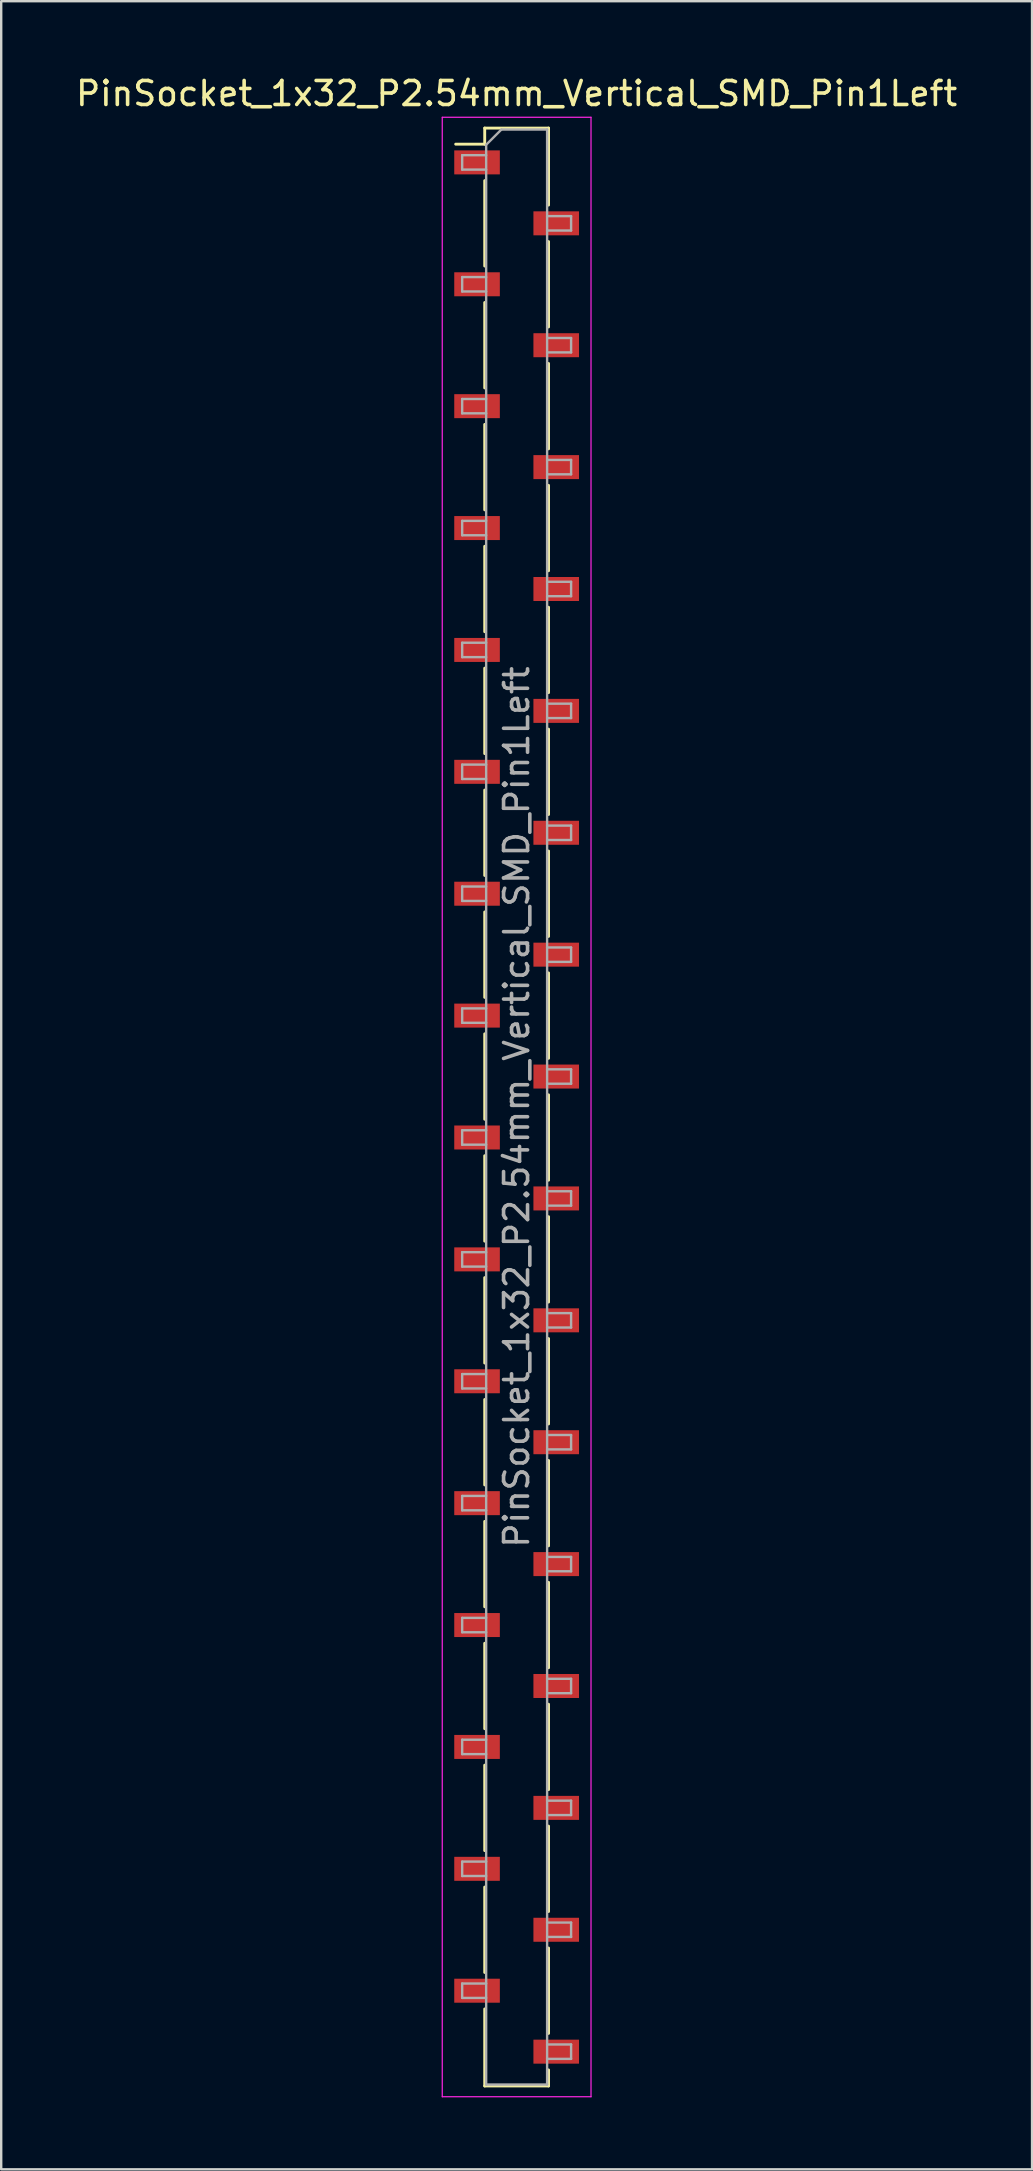
<source format=kicad_pcb>
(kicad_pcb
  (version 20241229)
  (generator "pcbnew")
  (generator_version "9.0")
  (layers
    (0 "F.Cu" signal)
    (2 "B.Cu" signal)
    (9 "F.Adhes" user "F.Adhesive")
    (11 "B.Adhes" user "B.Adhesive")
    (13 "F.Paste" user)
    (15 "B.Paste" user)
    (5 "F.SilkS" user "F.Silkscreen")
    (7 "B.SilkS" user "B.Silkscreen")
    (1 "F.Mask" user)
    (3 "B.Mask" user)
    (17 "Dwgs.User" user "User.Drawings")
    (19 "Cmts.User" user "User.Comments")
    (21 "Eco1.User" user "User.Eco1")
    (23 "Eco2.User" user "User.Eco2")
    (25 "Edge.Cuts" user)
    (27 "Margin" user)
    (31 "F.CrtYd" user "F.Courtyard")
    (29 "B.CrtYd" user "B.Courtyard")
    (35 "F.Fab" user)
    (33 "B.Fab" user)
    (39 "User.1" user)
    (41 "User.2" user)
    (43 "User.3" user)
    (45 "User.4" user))
  (footprint "PinSocket_1x32_P2.54mm_Vertical_SMD_Pin1Left"
    (layer "F.Cu")
    (at 18.482 43.088)
    (property "Reference" "PinSocket_1x32_P2.54mm_Vertical_SMD_Pin1Left" (at 0 -42.24 0) (layer "F.SilkS") (effects (font (size 1 1) (thickness 0.15))))
    (attr smd)
    (fp_line (start -2.54 -40.13) (end -1.33 -40.13) (stroke (width 0.12) (type solid)) (layer "F.SilkS"))
    (fp_line (start -1.33 -40.8) (end -1.33 -40.13) (stroke (width 0.12) (type solid)) (layer "F.SilkS"))
    (fp_line (start -1.33 -40.8) (end 1.33 -40.8) (stroke (width 0.12) (type solid)) (layer "F.SilkS"))
    (fp_line (start -1.33 -38.61) (end -1.33 -35.05) (stroke (width 0.12) (type solid)) (layer "F.SilkS"))
    (fp_line (start -1.33 -33.53) (end -1.33 -29.97) (stroke (width 0.12) (type solid)) (layer "F.SilkS"))
    (fp_line (start -1.33 -28.45) (end -1.33 -24.89) (stroke (width 0.12) (type solid)) (layer "F.SilkS"))
    (fp_line (start -1.33 -23.37) (end -1.33 -19.81) (stroke (width 0.12) (type solid)) (layer "F.SilkS"))
    (fp_line (start -1.33 -18.29) (end -1.33 -14.73) (stroke (width 0.12) (type solid)) (layer "F.SilkS"))
    (fp_line (start -1.33 -13.21) (end -1.33 -9.65) (stroke (width 0.12) (type solid)) (layer "F.SilkS"))
    (fp_line (start -1.33 -8.13) (end -1.33 -4.57) (stroke (width 0.12) (type solid)) (layer "F.SilkS"))
    (fp_line (start -1.33 -3.05) (end -1.33 0.51) (stroke (width 0.12) (type solid)) (layer "F.SilkS"))
    (fp_line (start -1.33 2.03) (end -1.33 5.59) (stroke (width 0.12) (type solid)) (layer "F.SilkS"))
    (fp_line (start -1.33 7.11) (end -1.33 10.67) (stroke (width 0.12) (type solid)) (layer "F.SilkS"))
    (fp_line (start -1.33 12.19) (end -1.33 15.75) (stroke (width 0.12) (type solid)) (layer "F.SilkS"))
    (fp_line (start -1.33 17.27) (end -1.33 20.83) (stroke (width 0.12) (type solid)) (layer "F.SilkS"))
    (fp_line (start -1.33 22.35) (end -1.33 25.91) (stroke (width 0.12) (type solid)) (layer "F.SilkS"))
    (fp_line (start -1.33 27.43) (end -1.33 30.99) (stroke (width 0.12) (type solid)) (layer "F.SilkS"))
    (fp_line (start -1.33 32.51) (end -1.33 36.07) (stroke (width 0.12) (type solid)) (layer "F.SilkS"))
    (fp_line (start -1.33 37.59) (end -1.33 40.8) (stroke (width 0.12) (type solid)) (layer "F.SilkS"))
    (fp_line (start -1.33 40.8) (end 1.33 40.8) (stroke (width 0.12) (type solid)) (layer "F.SilkS"))
    (fp_line (start 1.33 -40.8) (end 1.33 -37.59) (stroke (width 0.12) (type solid)) (layer "F.SilkS"))
    (fp_line (start 1.33 -36.07) (end 1.33 -32.51) (stroke (width 0.12) (type solid)) (layer "F.SilkS"))
    (fp_line (start 1.33 -30.99) (end 1.33 -27.43) (stroke (width 0.12) (type solid)) (layer "F.SilkS"))
    (fp_line (start 1.33 -25.91) (end 1.33 -22.35) (stroke (width 0.12) (type solid)) (layer "F.SilkS"))
    (fp_line (start 1.33 -20.83) (end 1.33 -17.27) (stroke (width 0.12) (type solid)) (layer "F.SilkS"))
    (fp_line (start 1.33 -15.75) (end 1.33 -12.19) (stroke (width 0.12) (type solid)) (layer "F.SilkS"))
    (fp_line (start 1.33 -10.67) (end 1.33 -7.11) (stroke (width 0.12) (type solid)) (layer "F.SilkS"))
    (fp_line (start 1.33 -5.59) (end 1.33 -2.03) (stroke (width 0.12) (type solid)) (layer "F.SilkS"))
    (fp_line (start 1.33 -0.51) (end 1.33 3.05) (stroke (width 0.12) (type solid)) (layer "F.SilkS"))
    (fp_line (start 1.33 4.57) (end 1.33 8.13) (stroke (width 0.12) (type solid)) (layer "F.SilkS"))
    (fp_line (start 1.33 9.65) (end 1.33 13.21) (stroke (width 0.12) (type solid)) (layer "F.SilkS"))
    (fp_line (start 1.33 14.73) (end 1.33 18.29) (stroke (width 0.12) (type solid)) (layer "F.SilkS"))
    (fp_line (start 1.33 19.81) (end 1.33 23.37) (stroke (width 0.12) (type solid)) (layer "F.SilkS"))
    (fp_line (start 1.33 24.89) (end 1.33 28.45) (stroke (width 0.12) (type solid)) (layer "F.SilkS"))
    (fp_line (start 1.33 29.97) (end 1.33 33.53) (stroke (width 0.12) (type solid)) (layer "F.SilkS"))
    (fp_line (start 1.33 35.05) (end 1.33 38.61) (stroke (width 0.12) (type solid)) (layer "F.SilkS"))
    (fp_line (start 1.33 40.13) (end 1.33 40.8) (stroke (width 0.12) (type solid)) (layer "F.SilkS"))
    (fp_line (start -3.1 -41.25) (end 3.1 -41.25) (stroke (width 0.05) (type solid)) (layer "F.CrtYd"))
    (fp_line (start -3.1 41.25) (end -3.1 -41.25) (stroke (width 0.05) (type solid)) (layer "F.CrtYd"))
    (fp_line (start 3.1 -41.25) (end 3.1 41.25) (stroke (width 0.05) (type solid)) (layer "F.CrtYd"))
    (fp_line (start 3.1 41.25) (end -3.1 41.25) (stroke (width 0.05) (type solid)) (layer "F.CrtYd"))
    (fp_line (start -2.27 -39.67) (end -1.27 -39.67) (stroke (width 0.1) (type solid)) (layer "F.Fab"))
    (fp_line (start -2.27 -39.07) (end -2.27 -39.67) (stroke (width 0.1) (type solid)) (layer "F.Fab"))
    (fp_line (start -2.27 -34.59) (end -1.27 -34.59) (stroke (width 0.1) (type solid)) (layer "F.Fab"))
    (fp_line (start -2.27 -33.99) (end -2.27 -34.59) (stroke (width 0.1) (type solid)) (layer "F.Fab"))
    (fp_line (start -2.27 -29.51) (end -1.27 -29.51) (stroke (width 0.1) (type solid)) (layer "F.Fab"))
    (fp_line (start -2.27 -28.91) (end -2.27 -29.51) (stroke (width 0.1) (type solid)) (layer "F.Fab"))
    (fp_line (start -2.27 -24.43) (end -1.27 -24.43) (stroke (width 0.1) (type solid)) (layer "F.Fab"))
    (fp_line (start -2.27 -23.83) (end -2.27 -24.43) (stroke (width 0.1) (type solid)) (layer "F.Fab"))
    (fp_line (start -2.27 -19.35) (end -1.27 -19.35) (stroke (width 0.1) (type solid)) (layer "F.Fab"))
    (fp_line (start -2.27 -18.75) (end -2.27 -19.35) (stroke (width 0.1) (type solid)) (layer "F.Fab"))
    (fp_line (start -2.27 -14.27) (end -1.27 -14.27) (stroke (width 0.1) (type solid)) (layer "F.Fab"))
    (fp_line (start -2.27 -13.67) (end -2.27 -14.27) (stroke (width 0.1) (type solid)) (layer "F.Fab"))
    (fp_line (start -2.27 -9.19) (end -1.27 -9.19) (stroke (width 0.1) (type solid)) (layer "F.Fab"))
    (fp_line (start -2.27 -8.59) (end -2.27 -9.19) (stroke (width 0.1) (type solid)) (layer "F.Fab"))
    (fp_line (start -2.27 -4.11) (end -1.27 -4.11) (stroke (width 0.1) (type solid)) (layer "F.Fab"))
    (fp_line (start -2.27 -3.51) (end -2.27 -4.11) (stroke (width 0.1) (type solid)) (layer "F.Fab"))
    (fp_line (start -2.27 0.97) (end -1.27 0.97) (stroke (width 0.1) (type solid)) (layer "F.Fab"))
    (fp_line (start -2.27 1.57) (end -2.27 0.97) (stroke (width 0.1) (type solid)) (layer "F.Fab"))
    (fp_line (start -2.27 6.05) (end -1.27 6.05) (stroke (width 0.1) (type solid)) (layer "F.Fab"))
    (fp_line (start -2.27 6.65) (end -2.27 6.05) (stroke (width 0.1) (type solid)) (layer "F.Fab"))
    (fp_line (start -2.27 11.13) (end -1.27 11.13) (stroke (width 0.1) (type solid)) (layer "F.Fab"))
    (fp_line (start -2.27 11.73) (end -2.27 11.13) (stroke (width 0.1) (type solid)) (layer "F.Fab"))
    (fp_line (start -2.27 16.21) (end -1.27 16.21) (stroke (width 0.1) (type solid)) (layer "F.Fab"))
    (fp_line (start -2.27 16.81) (end -2.27 16.21) (stroke (width 0.1) (type solid)) (layer "F.Fab"))
    (fp_line (start -2.27 21.29) (end -1.27 21.29) (stroke (width 0.1) (type solid)) (layer "F.Fab"))
    (fp_line (start -2.27 21.89) (end -2.27 21.29) (stroke (width 0.1) (type solid)) (layer "F.Fab"))
    (fp_line (start -2.27 26.37) (end -1.27 26.37) (stroke (width 0.1) (type solid)) (layer "F.Fab"))
    (fp_line (start -2.27 26.97) (end -2.27 26.37) (stroke (width 0.1) (type solid)) (layer "F.Fab"))
    (fp_line (start -2.27 31.45) (end -1.27 31.45) (stroke (width 0.1) (type solid)) (layer "F.Fab"))
    (fp_line (start -2.27 32.05) (end -2.27 31.45) (stroke (width 0.1) (type solid)) (layer "F.Fab"))
    (fp_line (start -2.27 36.53) (end -1.27 36.53) (stroke (width 0.1) (type solid)) (layer "F.Fab"))
    (fp_line (start -2.27 37.13) (end -2.27 36.53) (stroke (width 0.1) (type solid)) (layer "F.Fab"))
    (fp_line (start -1.27 -40.105) (end -0.635 -40.74) (stroke (width 0.1) (type solid)) (layer "F.Fab"))
    (fp_line (start -1.27 -39.07) (end -2.27 -39.07) (stroke (width 0.1) (type solid)) (layer "F.Fab"))
    (fp_line (start -1.27 -33.99) (end -2.27 -33.99) (stroke (width 0.1) (type solid)) (layer "F.Fab"))
    (fp_line (start -1.27 -28.91) (end -2.27 -28.91) (stroke (width 0.1) (type solid)) (layer "F.Fab"))
    (fp_line (start -1.27 -23.83) (end -2.27 -23.83) (stroke (width 0.1) (type solid)) (layer "F.Fab"))
    (fp_line (start -1.27 -18.75) (end -2.27 -18.75) (stroke (width 0.1) (type solid)) (layer "F.Fab"))
    (fp_line (start -1.27 -13.67) (end -2.27 -13.67) (stroke (width 0.1) (type solid)) (layer "F.Fab"))
    (fp_line (start -1.27 -8.59) (end -2.27 -8.59) (stroke (width 0.1) (type solid)) (layer "F.Fab"))
    (fp_line (start -1.27 -3.51) (end -2.27 -3.51) (stroke (width 0.1) (type solid)) (layer "F.Fab"))
    (fp_line (start -1.27 1.57) (end -2.27 1.57) (stroke (width 0.1) (type solid)) (layer "F.Fab"))
    (fp_line (start -1.27 6.65) (end -2.27 6.65) (stroke (width 0.1) (type solid)) (layer "F.Fab"))
    (fp_line (start -1.27 11.73) (end -2.27 11.73) (stroke (width 0.1) (type solid)) (layer "F.Fab"))
    (fp_line (start -1.27 16.81) (end -2.27 16.81) (stroke (width 0.1) (type solid)) (layer "F.Fab"))
    (fp_line (start -1.27 21.89) (end -2.27 21.89) (stroke (width 0.1) (type solid)) (layer "F.Fab"))
    (fp_line (start -1.27 26.97) (end -2.27 26.97) (stroke (width 0.1) (type solid)) (layer "F.Fab"))
    (fp_line (start -1.27 32.05) (end -2.27 32.05) (stroke (width 0.1) (type solid)) (layer "F.Fab"))
    (fp_line (start -1.27 37.13) (end -2.27 37.13) (stroke (width 0.1) (type solid)) (layer "F.Fab"))
    (fp_line (start -1.27 40.74) (end -1.27 -40.105) (stroke (width 0.1) (type solid)) (layer "F.Fab"))
    (fp_line (start -0.635 -40.74) (end 1.27 -40.74) (stroke (width 0.1) (type solid)) (layer "F.Fab"))
    (fp_line (start 1.27 -40.74) (end 1.27 40.74) (stroke (width 0.1) (type solid)) (layer "F.Fab"))
    (fp_line (start 1.27 -37.13) (end 2.27 -37.13) (stroke (width 0.1) (type solid)) (layer "F.Fab"))
    (fp_line (start 1.27 -32.05) (end 2.27 -32.05) (stroke (width 0.1) (type solid)) (layer "F.Fab"))
    (fp_line (start 1.27 -26.97) (end 2.27 -26.97) (stroke (width 0.1) (type solid)) (layer "F.Fab"))
    (fp_line (start 1.27 -21.89) (end 2.27 -21.89) (stroke (width 0.1) (type solid)) (layer "F.Fab"))
    (fp_line (start 1.27 -16.81) (end 2.27 -16.81) (stroke (width 0.1) (type solid)) (layer "F.Fab"))
    (fp_line (start 1.27 -11.73) (end 2.27 -11.73) (stroke (width 0.1) (type solid)) (layer "F.Fab"))
    (fp_line (start 1.27 -6.65) (end 2.27 -6.65) (stroke (width 0.1) (type solid)) (layer "F.Fab"))
    (fp_line (start 1.27 -1.57) (end 2.27 -1.57) (stroke (width 0.1) (type solid)) (layer "F.Fab"))
    (fp_line (start 1.27 3.51) (end 2.27 3.51) (stroke (width 0.1) (type solid)) (layer "F.Fab"))
    (fp_line (start 1.27 8.59) (end 2.27 8.59) (stroke (width 0.1) (type solid)) (layer "F.Fab"))
    (fp_line (start 1.27 13.67) (end 2.27 13.67) (stroke (width 0.1) (type solid)) (layer "F.Fab"))
    (fp_line (start 1.27 18.75) (end 2.27 18.75) (stroke (width 0.1) (type solid)) (layer "F.Fab"))
    (fp_line (start 1.27 23.83) (end 2.27 23.83) (stroke (width 0.1) (type solid)) (layer "F.Fab"))
    (fp_line (start 1.27 28.91) (end 2.27 28.91) (stroke (width 0.1) (type solid)) (layer "F.Fab"))
    (fp_line (start 1.27 33.99) (end 2.27 33.99) (stroke (width 0.1) (type solid)) (layer "F.Fab"))
    (fp_line (start 1.27 39.07) (end 2.27 39.07) (stroke (width 0.1) (type solid)) (layer "F.Fab"))
    (fp_line (start 1.27 40.74) (end -1.27 40.74) (stroke (width 0.1) (type solid)) (layer "F.Fab"))
    (fp_line (start 2.27 -37.13) (end 2.27 -36.53) (stroke (width 0.1) (type solid)) (layer "F.Fab"))
    (fp_line (start 2.27 -36.53) (end 1.27 -36.53) (stroke (width 0.1) (type solid)) (layer "F.Fab"))
    (fp_line (start 2.27 -32.05) (end 2.27 -31.45) (stroke (width 0.1) (type solid)) (layer "F.Fab"))
    (fp_line (start 2.27 -31.45) (end 1.27 -31.45) (stroke (width 0.1) (type solid)) (layer "F.Fab"))
    (fp_line (start 2.27 -26.97) (end 2.27 -26.37) (stroke (width 0.1) (type solid)) (layer "F.Fab"))
    (fp_line (start 2.27 -26.37) (end 1.27 -26.37) (stroke (width 0.1) (type solid)) (layer "F.Fab"))
    (fp_line (start 2.27 -21.89) (end 2.27 -21.29) (stroke (width 0.1) (type solid)) (layer "F.Fab"))
    (fp_line (start 2.27 -21.29) (end 1.27 -21.29) (stroke (width 0.1) (type solid)) (layer "F.Fab"))
    (fp_line (start 2.27 -16.81) (end 2.27 -16.21) (stroke (width 0.1) (type solid)) (layer "F.Fab"))
    (fp_line (start 2.27 -16.21) (end 1.27 -16.21) (stroke (width 0.1) (type solid)) (layer "F.Fab"))
    (fp_line (start 2.27 -11.73) (end 2.27 -11.13) (stroke (width 0.1) (type solid)) (layer "F.Fab"))
    (fp_line (start 2.27 -11.13) (end 1.27 -11.13) (stroke (width 0.1) (type solid)) (layer "F.Fab"))
    (fp_line (start 2.27 -6.65) (end 2.27 -6.05) (stroke (width 0.1) (type solid)) (layer "F.Fab"))
    (fp_line (start 2.27 -6.05) (end 1.27 -6.05) (stroke (width 0.1) (type solid)) (layer "F.Fab"))
    (fp_line (start 2.27 -1.57) (end 2.27 -0.97) (stroke (width 0.1) (type solid)) (layer "F.Fab"))
    (fp_line (start 2.27 -0.97) (end 1.27 -0.97) (stroke (width 0.1) (type solid)) (layer "F.Fab"))
    (fp_line (start 2.27 3.51) (end 2.27 4.11) (stroke (width 0.1) (type solid)) (layer "F.Fab"))
    (fp_line (start 2.27 4.11) (end 1.27 4.11) (stroke (width 0.1) (type solid)) (layer "F.Fab"))
    (fp_line (start 2.27 8.59) (end 2.27 9.19) (stroke (width 0.1) (type solid)) (layer "F.Fab"))
    (fp_line (start 2.27 9.19) (end 1.27 9.19) (stroke (width 0.1) (type solid)) (layer "F.Fab"))
    (fp_line (start 2.27 13.67) (end 2.27 14.27) (stroke (width 0.1) (type solid)) (layer "F.Fab"))
    (fp_line (start 2.27 14.27) (end 1.27 14.27) (stroke (width 0.1) (type solid)) (layer "F.Fab"))
    (fp_line (start 2.27 18.75) (end 2.27 19.35) (stroke (width 0.1) (type solid)) (layer "F.Fab"))
    (fp_line (start 2.27 19.35) (end 1.27 19.35) (stroke (width 0.1) (type solid)) (layer "F.Fab"))
    (fp_line (start 2.27 23.83) (end 2.27 24.43) (stroke (width 0.1) (type solid)) (layer "F.Fab"))
    (fp_line (start 2.27 24.43) (end 1.27 24.43) (stroke (width 0.1) (type solid)) (layer "F.Fab"))
    (fp_line (start 2.27 28.91) (end 2.27 29.51) (stroke (width 0.1) (type solid)) (layer "F.Fab"))
    (fp_line (start 2.27 29.51) (end 1.27 29.51) (stroke (width 0.1) (type solid)) (layer "F.Fab"))
    (fp_line (start 2.27 33.99) (end 2.27 34.59) (stroke (width 0.1) (type solid)) (layer "F.Fab"))
    (fp_line (start 2.27 34.59) (end 1.27 34.59) (stroke (width 0.1) (type solid)) (layer "F.Fab"))
    (fp_line (start 2.27 39.07) (end 2.27 39.67) (stroke (width 0.1) (type solid)) (layer "F.Fab"))
    (fp_line (start 2.27 39.67) (end 1.27 39.67) (stroke (width 0.1) (type solid)) (layer "F.Fab"))
    (fp_text user "${REFERENCE}" (at 0 0 90) (layer "F.Fab") (effects (font (size 1 1) (thickness 0.15))))
    (pad "1" smd rect (at -1.65 -39.37) (size 1.9 1) (layers "F.Cu" "F.Mask" "F.Paste"))
    (pad "2" smd rect (at 1.65 -36.83) (size 1.9 1) (layers "F.Cu" "F.Mask" "F.Paste"))
    (pad "3" smd rect (at -1.65 -34.29) (size 1.9 1) (layers "F.Cu" "F.Mask" "F.Paste"))
    (pad "4" smd rect (at 1.65 -31.75) (size 1.9 1) (layers "F.Cu" "F.Mask" "F.Paste"))
    (pad "5" smd rect (at -1.65 -29.21) (size 1.9 1) (layers "F.Cu" "F.Mask" "F.Paste"))
    (pad "6" smd rect (at 1.65 -26.67) (size 1.9 1) (layers "F.Cu" "F.Mask" "F.Paste"))
    (pad "7" smd rect (at -1.65 -24.13) (size 1.9 1) (layers "F.Cu" "F.Mask" "F.Paste"))
    (pad "8" smd rect (at 1.65 -21.59) (size 1.9 1) (layers "F.Cu" "F.Mask" "F.Paste"))
    (pad "9" smd rect (at -1.65 -19.05) (size 1.9 1) (layers "F.Cu" "F.Mask" "F.Paste"))
    (pad "10" smd rect (at 1.65 -16.51) (size 1.9 1) (layers "F.Cu" "F.Mask" "F.Paste"))
    (pad "11" smd rect (at -1.65 -13.97) (size 1.9 1) (layers "F.Cu" "F.Mask" "F.Paste"))
    (pad "12" smd rect (at 1.65 -11.43) (size 1.9 1) (layers "F.Cu" "F.Mask" "F.Paste"))
    (pad "13" smd rect (at -1.65 -8.89) (size 1.9 1) (layers "F.Cu" "F.Mask" "F.Paste"))
    (pad "14" smd rect (at 1.65 -6.35) (size 1.9 1) (layers "F.Cu" "F.Mask" "F.Paste"))
    (pad "15" smd rect (at -1.65 -3.81) (size 1.9 1) (layers "F.Cu" "F.Mask" "F.Paste"))
    (pad "16" smd rect (at 1.65 -1.27) (size 1.9 1) (layers "F.Cu" "F.Mask" "F.Paste"))
    (pad "17" smd rect (at -1.65 1.27) (size 1.9 1) (layers "F.Cu" "F.Mask" "F.Paste"))
    (pad "18" smd rect (at 1.65 3.81) (size 1.9 1) (layers "F.Cu" "F.Mask" "F.Paste"))
    (pad "19" smd rect (at -1.65 6.35) (size 1.9 1) (layers "F.Cu" "F.Mask" "F.Paste"))
    (pad "20" smd rect (at 1.65 8.89) (size 1.9 1) (layers "F.Cu" "F.Mask" "F.Paste"))
    (pad "21" smd rect (at -1.65 11.43) (size 1.9 1) (layers "F.Cu" "F.Mask" "F.Paste"))
    (pad "22" smd rect (at 1.65 13.97) (size 1.9 1) (layers "F.Cu" "F.Mask" "F.Paste"))
    (pad "23" smd rect (at -1.65 16.51) (size 1.9 1) (layers "F.Cu" "F.Mask" "F.Paste"))
    (pad "24" smd rect (at 1.65 19.05) (size 1.9 1) (layers "F.Cu" "F.Mask" "F.Paste"))
    (pad "25" smd rect (at -1.65 21.59) (size 1.9 1) (layers "F.Cu" "F.Mask" "F.Paste"))
    (pad "26" smd rect (at 1.65 24.13) (size 1.9 1) (layers "F.Cu" "F.Mask" "F.Paste"))
    (pad "27" smd rect (at -1.65 26.67) (size 1.9 1) (layers "F.Cu" "F.Mask" "F.Paste"))
    (pad "28" smd rect (at 1.65 29.21) (size 1.9 1) (layers "F.Cu" "F.Mask" "F.Paste"))
    (pad "29" smd rect (at -1.65 31.75) (size 1.9 1) (layers "F.Cu" "F.Mask" "F.Paste"))
    (pad "30" smd rect (at 1.65 34.29) (size 1.9 1) (layers "F.Cu" "F.Mask" "F.Paste"))
    (pad "31" smd rect (at -1.65 36.83) (size 1.9 1) (layers "F.Cu" "F.Mask" "F.Paste"))
    (pad "32" smd rect (at 1.65 39.37) (size 1.9 1) (layers "F.Cu" "F.Mask" "F.Paste")))
  (gr_rect
    (start -3 -3)
    (end 39.964 87.363)
    (stroke (width 0.1) (type default))
    (fill no)
    (layer "Edge.Cuts")))
</source>
